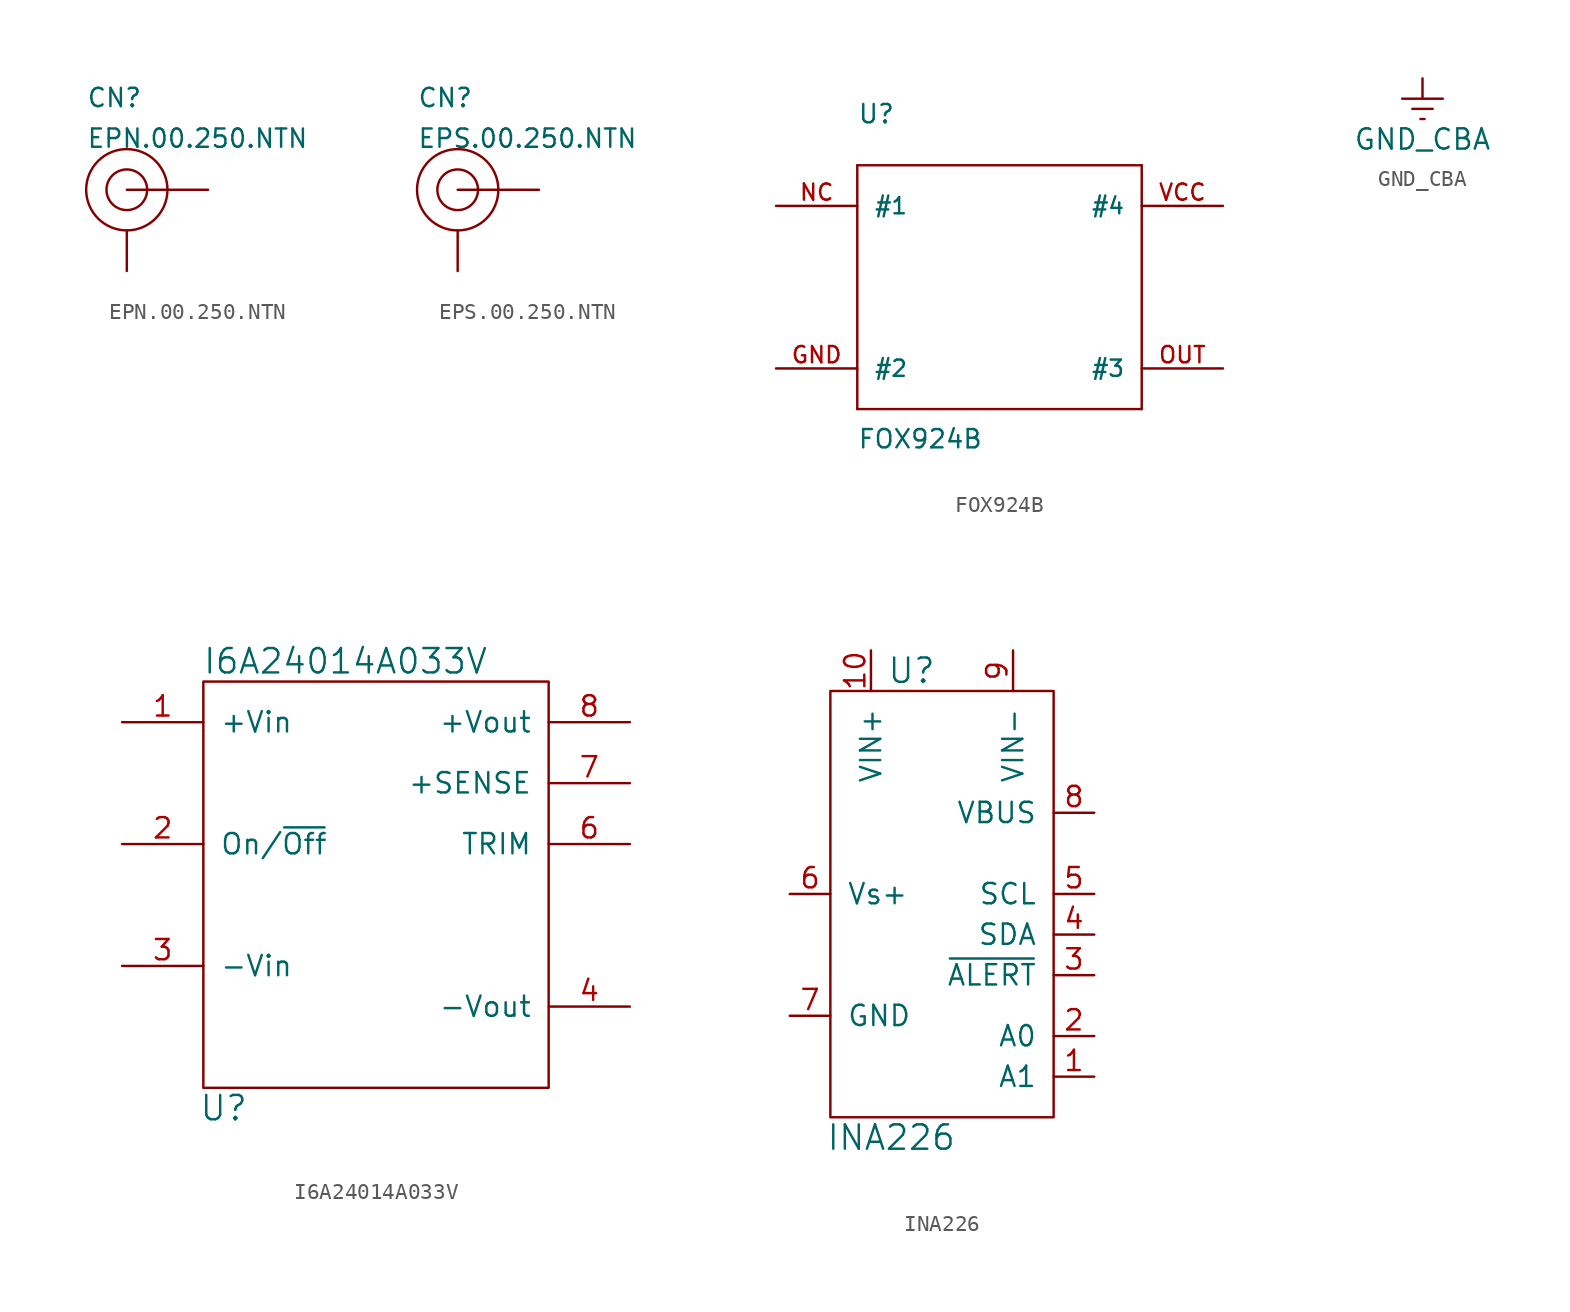
<source format=kicad_sym>
(kicad_symbol_lib
  (version 20211014)
  (generator kicad_symbol_editor)
  (symbol "EPN.00.250.NTN"
    (pin_numbers hide)
    (pin_names
      (offset 1.016) hide)
    (property "Reference" "CN"
      (at -2.54 5.08 0)
      (effects (font (size 1.143 1.143)) (justify left bottom)))
    (property "Value" "EPN.00.250.NTN"
      (at -2.54 2.54 0)
      (effects (font (size 1.143 1.143)) (justify left bottom)))
    (property "ki_locked" ""
      (at 0 0 0)
      (effects (font (size 1.27 1.27))))
    (symbol "EPN.00.250.NTN_1_1"
      (circle (center 0 0) (radius 1.27) (stroke (width 0) (type default) (color 0 0 0 0)) (fill (type none)))
      (circle (center 0 0) (radius 2.54) (stroke (width 0) (type default) (color 0 0 0 0)) (fill (type none)))
      (pin power_out line (at 0 -5.08 90) (length 2.54) (name "GND" (effects (font (size 1.016 1.016)))) (number "P$1" (effects (font (size 1.016 1.016)))))
      (pin output line (at 5.08 0 180) (length 5.08) (name "OUT" (effects (font (size 1.016 1.016)))) (number "P$2" (effects (font (size 1.016 1.016)))))))
  (symbol "EPS.00.250.NTN"
    (pin_numbers hide)
    (pin_names
      (offset 1.016) hide)
    (property "Reference" "CN"
      (at -2.54 5.08 0)
      (effects (font (size 1.143 1.143)) (justify left bottom)))
    (property "Value" "EPS.00.250.NTN"
      (at -2.54 2.54 0)
      (effects (font (size 1.143 1.143)) (justify left bottom)))
    (property "ki_locked" ""
      (at 0 0 0)
      (effects (font (size 1.27 1.27))))
    (symbol "EPS.00.250.NTN_1_1"
      (circle (center 0 0) (radius 1.27) (stroke (width 0) (type default) (color 0 0 0 0)) (fill (type none)))
      (circle (center 0 0) (radius 2.54) (stroke (width 0) (type default) (color 0 0 0 0)) (fill (type none)))
      (pin output line (at 5.08 0 180) (length 5.08) (name "OUT" (effects (font (size 1.016 1.016)))) (number "1" (effects (font (size 1.016 1.016)))))
      (pin power_out line (at 0 -5.08 90) (length 2.54) (name "GND" (effects (font (size 1.016 1.016)))) (number "2" (effects (font (size 1.016 1.016)))))
      (pin power_out line (at 0 -5.08 90) (length 2.54) hide (name "GND" (effects (font (size 1.016 1.016)))) (number "3" (effects (font (size 1.016 1.016)))))
      (pin power_out line (at 0 -5.08 90) (length 2.54) hide (name "GND" (effects (font (size 1.016 1.016)))) (number "4" (effects (font (size 1.016 1.016)))))
      (pin power_out line (at 0 -5.08 90) (length 2.54) hide (name "GND" (effects (font (size 1.016 1.016)))) (number "5" (effects (font (size 1.016 1.016)))))))
  (symbol "FOX924B"
    (pin_names
      (offset 1.016))
    (property "Reference" "U"
      (at -25.4 17.78 0)
      (effects (font (size 1.143 1.143)) (justify left bottom)))
    (property "Value" "FOX924B"
      (at -25.4 -2.54 0)
      (effects (font (size 1.143 1.143)) (justify left bottom)))
    (property "ki_locked" ""
      (at 0 0 0)
      (effects (font (size 1.27 1.27))))
    (symbol "FOX924B_1_0"
      (polyline (pts (xy -25.4 0) (xy -7.62 0)) (stroke (width 0) (type default) (color 0 0 0 0)) (fill (type none)))
      (polyline (pts (xy -25.4 15.24) (xy -25.4 0)) (stroke (width 0) (type default) (color 0 0 0 0)) (fill (type none)))
      (polyline (pts (xy -7.62 0) (xy -7.62 15.24)) (stroke (width 0) (type default) (color 0 0 0 0)) (fill (type none)))
      (polyline (pts (xy -7.62 15.24) (xy -25.4 15.24)) (stroke (width 0) (type default) (color 0 0 0 0)) (fill (type none))))
    (symbol "FOX924B_1_1"
      (pin power_out line (at -30.48 2.54 0) (length 5.08) (name "#2" (effects (font (size 1.016 1.016)))) (number "GND" (effects (font (size 1.016 1.016)))))
      (pin unspecified line (at -30.48 12.7 0) (length 5.08) (name "#1" (effects (font (size 1.016 1.016)))) (number "NC" (effects (font (size 1.016 1.016)))))
      (pin output line (at -2.54 2.54 180) (length 5.08) (name "#3" (effects (font (size 1.016 1.016)))) (number "OUT" (effects (font (size 1.016 1.016)))))
      (pin power_in line (at -2.54 12.7 180) (length 5.08) (name "#4" (effects (font (size 1.016 1.016)))) (number "VCC" (effects (font (size 1.016 1.016)))))))
  (symbol "GND_CBA"
    (power)
    (pin_names
      (offset 0))
    (property "Reference" "#PWR"
      (at 0 -6.35 0)
      (effects (font (size 1.27 1.27)) hide))
    (property "Value" "GND_CBA"
      (at 0 -3.81 0)
      (effects (font (size 1.27 1.27))))
    (property "Footprint" ""
      (at 0 0 0)
      (effects (font (size 1.524 1.524))))
    (property "Datasheet" ""
      (at 0 0 0)
      (effects (font (size 1.524 1.524))))
    (symbol "GND_CBA_0_1"
      (polyline (pts (xy -0.635 -1.905) (xy 0.635 -1.905)) (stroke (width 0) (type default) (color 0 0 0 0)) (fill (type none)))
      (polyline (pts (xy -0.127 -2.54) (xy 0.127 -2.54)) (stroke (width 0) (type default) (color 0 0 0 0)) (fill (type none)))
      (polyline (pts (xy 0 -1.27) (xy 0 0)) (stroke (width 0) (type default) (color 0 0 0 0)) (fill (type none)))
      (polyline (pts (xy 1.27 -1.27) (xy -1.27 -1.27)) (stroke (width 0) (type default) (color 0 0 0 0)) (fill (type none))))
    (symbol "GND_CBA_1_1"
      (pin power_in line (at 0 0 270) (length 0) hide (name "GND_CBA" (effects (font (size 1.27 1.27)))) (number "1" (effects (font (size 1.27 1.27)))))))
  (symbol "I6A24014A033V"
    (pin_names
      (offset 1.016))
    (property "Reference" "U"
      (at -11.43 -27.94 0)
      (effects (font (size 1.524 1.524))))
    (property "Value" "I6A24014A033V"
      (at -3.81 0 0)
      (effects (font (size 1.524 1.524))))
    (symbol "I6A24014A033V_0_1"
      (rectangle (start -12.7 -1.27) (end 8.89 -26.67) (stroke (width 0) (type default) (color 0 0 0 0)) (fill (type none))))
    (symbol "I6A24014A033V_1_1"
      (pin power_in line (at -17.78 -3.81 0) (length 5.08) (name "+Vin" (effects (font (size 1.27 1.27)))) (number "1" (effects (font (size 1.27 1.27)))))
      (pin input line (at -17.78 -11.43 0) (length 5.08) (name "On/~{Off}" (effects (font (size 1.27 1.27)))) (number "2" (effects (font (size 1.27 1.27)))))
      (pin power_out line (at -17.78 -19.05 0) (length 5.08) (name "-Vin" (effects (font (size 1.27 1.27)))) (number "3" (effects (font (size 1.27 1.27)))))
      (pin output line (at 13.97 -21.59 180) (length 5.08) (name "-Vout" (effects (font (size 1.27 1.27)))) (number "4" (effects (font (size 1.27 1.27)))))
      (pin output line (at 13.97 -11.43 180) (length 5.08) (name "TRIM" (effects (font (size 1.27 1.27)))) (number "6" (effects (font (size 1.27 1.27)))))
      (pin output line (at 13.97 -7.62 180) (length 5.08) (name "+SENSE" (effects (font (size 1.27 1.27)))) (number "7" (effects (font (size 1.27 1.27)))))
      (pin power_out line (at 13.97 -3.81 180) (length 5.08) (name "+Vout" (effects (font (size 1.27 1.27)))) (number "8" (effects (font (size 1.27 1.27)))))))
  (symbol "INA226"
    (pin_names
      (offset 1.016))
    (property "Reference" "U"
      (at -1.27 13.97 0)
      (effects (font (size 1.524 1.524))))
    (property "Value" "INA226"
      (at -2.54 -15.24 0)
      (effects (font (size 1.524 1.524))))
    (symbol "INA226_0_1"
      (rectangle (start 7.62 -13.97) (end -6.35 12.7) (stroke (width 0) (type default) (color 0 0 0 0)) (fill (type none))))
    (symbol "INA226_1_1"
      (pin input line (at 10.16 -11.43 180) (length 2.54) (name "A1" (effects (font (size 1.27 1.27)))) (number "1" (effects (font (size 1.27 1.27)))))
      (pin input line (at -3.81 15.24 270) (length 2.54) (name "VIN+" (effects (font (size 1.27 1.27)))) (number "10" (effects (font (size 1.27 1.27)))))
      (pin input line (at 10.16 -8.89 180) (length 2.54) (name "A0" (effects (font (size 1.27 1.27)))) (number "2" (effects (font (size 1.27 1.27)))))
      (pin output line (at 10.16 -5.08 180) (length 2.54) (name "~{ALERT}" (effects (font (size 1.27 1.27)))) (number "3" (effects (font (size 1.27 1.27)))))
      (pin bidirectional line (at 10.16 -2.54 180) (length 2.54) (name "SDA" (effects (font (size 1.27 1.27)))) (number "4" (effects (font (size 1.27 1.27)))))
      (pin input line (at 10.16 0 180) (length 2.54) (name "SCL" (effects (font (size 1.27 1.27)))) (number "5" (effects (font (size 1.27 1.27)))))
      (pin power_in line (at -8.89 0 0) (length 2.54) (name "Vs+" (effects (font (size 1.27 1.27)))) (number "6" (effects (font (size 1.27 1.27)))))
      (pin power_in line (at -8.89 -7.62 0) (length 2.54) (name "GND" (effects (font (size 1.27 1.27)))) (number "7" (effects (font (size 1.27 1.27)))))
      (pin power_in line (at 10.16 5.08 180) (length 2.54) (name "VBUS" (effects (font (size 1.27 1.27)))) (number "8" (effects (font (size 1.27 1.27)))))
      (pin input line (at 5.08 15.24 270) (length 2.54) (name "VIN-" (effects (font (size 1.27 1.27)))) (number "9" (effects (font (size 1.27 1.27))))))))
</source>
